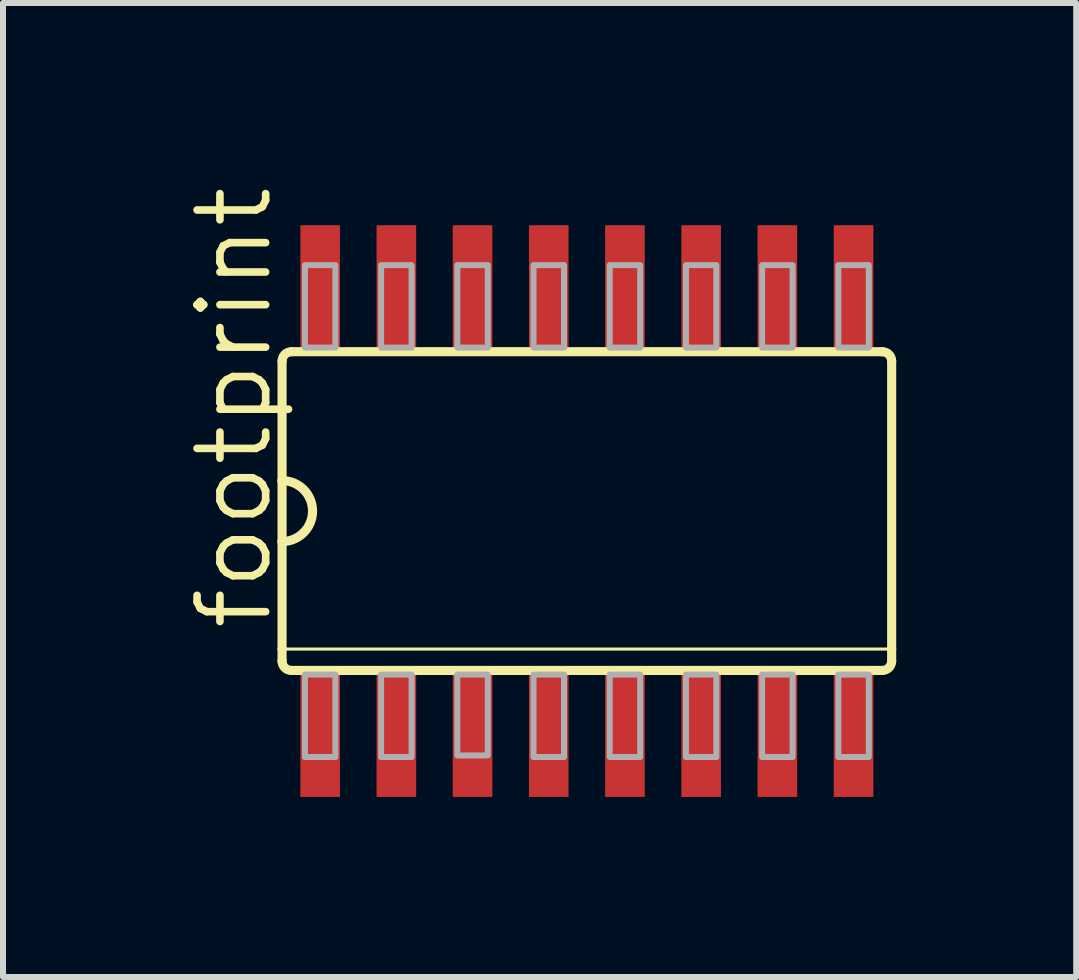
<source format=kicad_pcb>
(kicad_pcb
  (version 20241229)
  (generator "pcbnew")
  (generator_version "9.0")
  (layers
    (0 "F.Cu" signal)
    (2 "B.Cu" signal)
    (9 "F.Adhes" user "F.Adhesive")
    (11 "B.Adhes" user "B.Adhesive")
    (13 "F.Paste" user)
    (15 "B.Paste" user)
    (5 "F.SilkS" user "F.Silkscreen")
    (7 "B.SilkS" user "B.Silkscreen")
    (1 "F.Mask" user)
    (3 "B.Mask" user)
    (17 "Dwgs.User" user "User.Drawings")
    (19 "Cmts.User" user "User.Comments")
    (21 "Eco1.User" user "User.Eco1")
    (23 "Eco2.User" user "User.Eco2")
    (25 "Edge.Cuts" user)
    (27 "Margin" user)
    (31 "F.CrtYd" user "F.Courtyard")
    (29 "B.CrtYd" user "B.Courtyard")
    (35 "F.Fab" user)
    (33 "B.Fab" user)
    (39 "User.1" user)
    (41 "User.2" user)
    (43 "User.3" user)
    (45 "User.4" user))
  (footprint "footprint"
    (layer "F.Cu")
    (at 6.731 5.468)
    (property "Reference" "footprint" (at -5.207 2.032 90) (layer "F.SilkS") (effects (font (size 1.143 1.143) (thickness 0.127)) (justify left bottom)))
    (fp_line (start -5.08 -2.5) (end -5.08 -0.508) (stroke (width 0.152) (type solid)) (layer "F.SilkS"))
    (fp_line (start -5.08 -0.508) (end -5.08 0.508) (stroke (width 0.152) (type solid)) (layer "F.SilkS"))
    (fp_line (start -5.08 0.508) (end -5.08 2.3) (stroke (width 0.152) (type solid)) (layer "F.SilkS"))
    (fp_line (start -5.08 2.3) (end -5.08 2.5) (stroke (width 0.152) (type solid)) (layer "F.SilkS"))
    (fp_line (start -5.08 2.3) (end 5.08 2.3) (stroke (width 0.051) (type solid)) (layer "F.SilkS"))
    (fp_line (start -4.924 2.656) (end 4.924 2.656) (stroke (width 0.152) (type solid)) (layer "F.SilkS"))
    (fp_line (start 4.924 -2.656) (end -4.924 -2.656) (stroke (width 0.152) (type solid)) (layer "F.SilkS"))
    (fp_line (start 5.08 2.3) (end 5.08 -2.5) (stroke (width 0.152) (type solid)) (layer "F.SilkS"))
    (fp_line (start 5.08 2.5) (end 5.08 2.3) (stroke (width 0.152) (type solid)) (layer "F.SilkS"))
    (fp_arc (start -5.08 -2.4998) (mid -5.034309 -2.610109) (end -4.924 -2.6558) (stroke (width 0.1524) (type solid)) (layer "F.SilkS"))
    (fp_arc (start -5.08 -0.508) (mid -4.572 0) (end -5.08 0.508) (stroke (width 0.1524) (type solid)) (layer "F.SilkS"))
    (fp_arc (start -4.924 2.6558) (mid -5.034309 2.610109) (end -5.08 2.4998) (stroke (width 0.1524) (type solid)) (layer "F.SilkS"))
    (fp_arc (start 4.924 -2.6558) (mid 5.034309 -2.610109) (end 5.08 -2.4998) (stroke (width 0.1524) (type solid)) (layer "F.SilkS"))
    (fp_arc (start 5.08 2.4998) (mid 5.034309 2.610109) (end 4.924 2.6558) (stroke (width 0.1524) (type solid)) (layer "F.SilkS"))
    (fp_poly (pts (xy -4.699 -2.725) (xy -4.191 -2.725) (xy -4.191 -4.099) (xy -4.699 -4.099)) (stroke (width 0.1) (type solid)) (fill no) (layer "F.Fab"))
    (fp_poly (pts (xy -4.699 4.099) (xy -4.191 4.099) (xy -4.191 2.725) (xy -4.699 2.725)) (stroke (width 0.1) (type solid)) (fill no) (layer "F.Fab"))
    (fp_poly (pts (xy -3.429 -2.725) (xy -2.921 -2.725) (xy -2.921 -4.099) (xy -3.429 -4.099)) (stroke (width 0.1) (type solid)) (fill no) (layer "F.Fab"))
    (fp_poly (pts (xy -3.429 4.099) (xy -2.921 4.099) (xy -2.921 2.725) (xy -3.429 2.725)) (stroke (width 0.1) (type solid)) (fill no) (layer "F.Fab"))
    (fp_poly (pts (xy -2.159 -2.725) (xy -1.651 -2.725) (xy -1.651 -4.099) (xy -2.159 -4.099)) (stroke (width 0.1) (type solid)) (fill no) (layer "F.Fab"))
    (fp_poly (pts (xy -2.159 4.073) (xy -1.651 4.073) (xy -1.651 2.725) (xy -2.159 2.725)) (stroke (width 0.1) (type solid)) (fill no) (layer "F.Fab"))
    (fp_poly (pts (xy -0.889 -2.725) (xy -0.381 -2.725) (xy -0.381 -4.099) (xy -0.889 -4.099)) (stroke (width 0.1) (type solid)) (fill no) (layer "F.Fab"))
    (fp_poly (pts (xy -0.889 4.099) (xy -0.381 4.099) (xy -0.381 2.725) (xy -0.889 2.725)) (stroke (width 0.1) (type solid)) (fill no) (layer "F.Fab"))
    (fp_poly (pts (xy 0.381 -2.725) (xy 0.889 -2.725) (xy 0.889 -4.099) (xy 0.381 -4.099)) (stroke (width 0.1) (type solid)) (fill no) (layer "F.Fab"))
    (fp_poly (pts (xy 0.381 4.099) (xy 0.889 4.099) (xy 0.889 2.725) (xy 0.381 2.725)) (stroke (width 0.1) (type solid)) (fill no) (layer "F.Fab"))
    (fp_poly (pts (xy 1.651 -2.725) (xy 2.159 -2.725) (xy 2.159 -4.099) (xy 1.651 -4.099)) (stroke (width 0.1) (type solid)) (fill no) (layer "F.Fab"))
    (fp_poly (pts (xy 1.651 4.099) (xy 2.159 4.099) (xy 2.159 2.725) (xy 1.651 2.725)) (stroke (width 0.1) (type solid)) (fill no) (layer "F.Fab"))
    (fp_poly (pts (xy 2.921 -2.725) (xy 3.429 -2.725) (xy 3.429 -4.099) (xy 2.921 -4.099)) (stroke (width 0.1) (type solid)) (fill no) (layer "F.Fab"))
    (fp_poly (pts (xy 2.921 4.099) (xy 3.429 4.099) (xy 3.429 2.725) (xy 2.921 2.725)) (stroke (width 0.1) (type solid)) (fill no) (layer "F.Fab"))
    (fp_poly (pts (xy 4.191 -2.725) (xy 4.699 -2.725) (xy 4.699 -4.099) (xy 4.191 -4.099)) (stroke (width 0.1) (type solid)) (fill no) (layer "F.Fab"))
    (fp_poly (pts (xy 4.191 4.099) (xy 4.699 4.099) (xy 4.699 2.725) (xy 4.191 2.725)) (stroke (width 0.1) (type solid)) (fill no) (layer "F.Fab"))
    (pad "1" smd rect (at -4.445 3.748) (size 0.66 2.032) (layers "F.Cu" "F.Mask" "F.Paste"))
    (pad "2" smd rect (at -3.175 3.748) (size 0.66 2.032) (layers "F.Cu" "F.Mask" "F.Paste"))
    (pad "3" smd rect (at -1.905 3.748) (size 0.66 2.032) (layers "F.Cu" "F.Mask" "F.Paste"))
    (pad "4" smd rect (at -0.635 3.748) (size 0.66 2.032) (layers "F.Cu" "F.Mask" "F.Paste"))
    (pad "5" smd rect (at 0.635 3.748) (size 0.66 2.032) (layers "F.Cu" "F.Mask" "F.Paste"))
    (pad "6" smd rect (at 1.905 3.748) (size 0.66 2.032) (layers "F.Cu" "F.Mask" "F.Paste"))
    (pad "7" smd rect (at 3.175 3.748) (size 0.66 2.032) (layers "F.Cu" "F.Mask" "F.Paste"))
    (pad "8" smd rect (at 4.445 3.748) (size 0.66 2.032) (layers "F.Cu" "F.Mask" "F.Paste"))
    (pad "9" smd rect (at 4.445 -3.748) (size 0.66 2.032) (layers "F.Cu" "F.Mask" "F.Paste"))
    (pad "10" smd rect (at 3.175 -3.748) (size 0.66 2.032) (layers "F.Cu" "F.Mask" "F.Paste"))
    (pad "11" smd rect (at 1.905 -3.748) (size 0.66 2.032) (layers "F.Cu" "F.Mask" "F.Paste"))
    (pad "12" smd rect (at 0.635 -3.748) (size 0.66 2.032) (layers "F.Cu" "F.Mask" "F.Paste"))
    (pad "13" smd rect (at -0.635 -3.748) (size 0.66 2.032) (layers "F.Cu" "F.Mask" "F.Paste"))
    (pad "14" smd rect (at -1.905 -3.748) (size 0.66 2.032) (layers "F.Cu" "F.Mask" "F.Paste"))
    (pad "15" smd rect (at -3.175 -3.748) (size 0.66 2.032) (layers "F.Cu" "F.Mask" "F.Paste"))
    (pad "16" smd rect (at -4.445 -3.748) (size 0.66 2.032) (layers "F.Cu" "F.Mask" "F.Paste")))
  (gr_rect
    (start -3 -3)
    (end 14.887 13.233)
    (stroke (width 0.1) (type default))
    (fill no)
    (layer "Edge.Cuts")))
</source>
